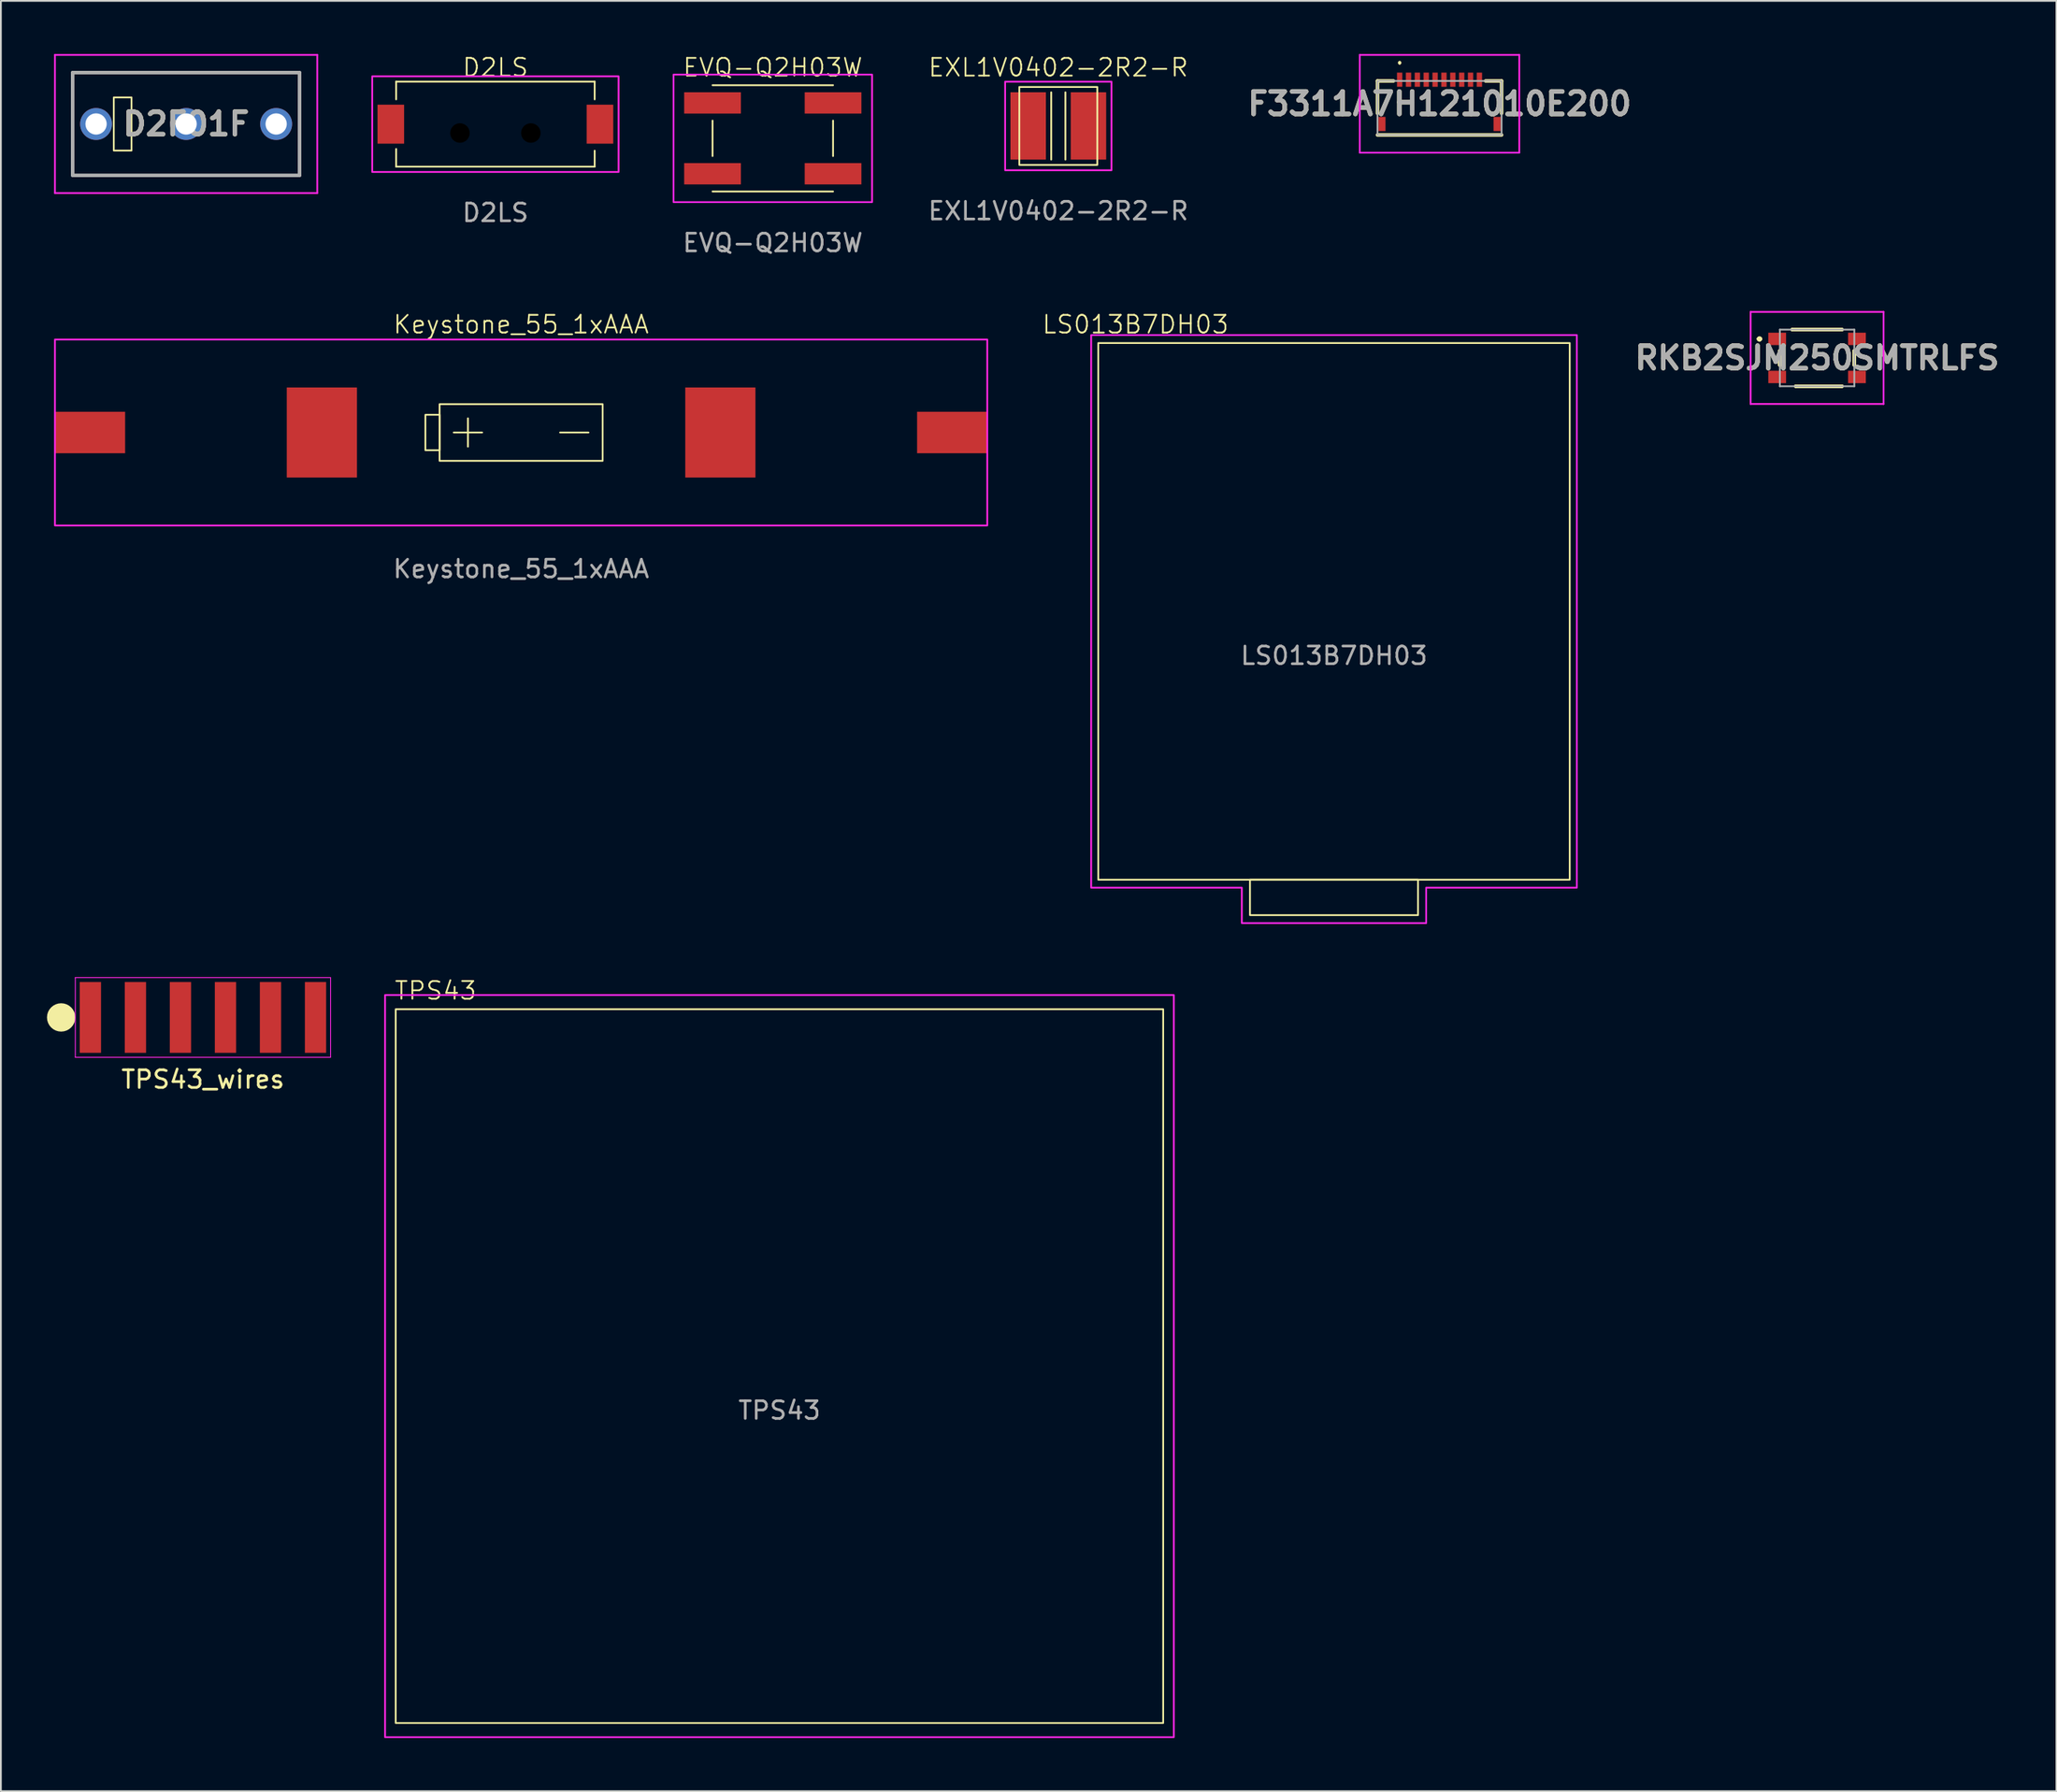
<source format=kicad_pcb>
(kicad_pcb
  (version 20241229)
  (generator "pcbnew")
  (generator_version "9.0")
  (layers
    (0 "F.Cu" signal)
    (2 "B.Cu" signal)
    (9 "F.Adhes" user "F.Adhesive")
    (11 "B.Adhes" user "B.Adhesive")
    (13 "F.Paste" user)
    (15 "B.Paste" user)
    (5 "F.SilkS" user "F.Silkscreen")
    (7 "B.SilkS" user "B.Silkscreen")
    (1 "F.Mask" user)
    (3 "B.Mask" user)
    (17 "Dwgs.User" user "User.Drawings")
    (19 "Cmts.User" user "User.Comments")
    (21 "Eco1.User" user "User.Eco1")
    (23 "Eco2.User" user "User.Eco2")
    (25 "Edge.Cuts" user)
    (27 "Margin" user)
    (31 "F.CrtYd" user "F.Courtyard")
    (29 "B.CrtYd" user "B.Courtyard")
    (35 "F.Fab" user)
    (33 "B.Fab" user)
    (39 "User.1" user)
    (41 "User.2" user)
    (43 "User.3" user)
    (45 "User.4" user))
  (footprint "RKB2SJM250SMTRLFS"
    (layer "F.Cu")
    (at 99.467 17.159)
    (property "Reference" "RKB2SJM250SMTRLFS" (at 0 0 0) (layer "F.SilkS") (effects (font (size 1.27 1.27) (thickness 0.254))))
    (attr smd)
    (fp_line (start -3.3 -1.075) (end -3.3 -1.075) (stroke (width 0.2) (type solid)) (layer "F.SilkS"))
    (fp_line (start -3.3 -1.075) (end -3.3 -1.075) (stroke (width 0.2) (type solid)) (layer "F.SilkS"))
    (fp_line (start -3.2 -1.075) (end -3.2 -1.075) (stroke (width 0.2) (type solid)) (layer "F.SilkS"))
    (fp_line (start -2.1 -0.4) (end -2.1 -0.4) (stroke (width 0.2) (type solid)) (layer "F.SilkS"))
    (fp_line (start -2.1 -0.4) (end -2.1 0.4) (stroke (width 0.2) (type solid)) (layer "F.SilkS"))
    (fp_line (start -2.1 0.4) (end -2.1 -0.4) (stroke (width 0.2) (type solid)) (layer "F.SilkS"))
    (fp_line (start -2.1 0.4) (end -2.1 0.4) (stroke (width 0.2) (type solid)) (layer "F.SilkS"))
    (fp_line (start -1.4 -1.6) (end -1.4 -1.6) (stroke (width 0.2) (type solid)) (layer "F.SilkS"))
    (fp_line (start -1.4 -1.6) (end 1.4 -1.6) (stroke (width 0.2) (type solid)) (layer "F.SilkS"))
    (fp_line (start -1.2 1.6) (end -1.2 1.6) (stroke (width 0.2) (type solid)) (layer "F.SilkS"))
    (fp_line (start -1.2 1.6) (end 1.4 1.6) (stroke (width 0.2) (type solid)) (layer "F.SilkS"))
    (fp_line (start 1.4 -1.6) (end -1.4 -1.6) (stroke (width 0.2) (type solid)) (layer "F.SilkS"))
    (fp_line (start 1.4 -1.6) (end 1.4 -1.6) (stroke (width 0.2) (type solid)) (layer "F.SilkS"))
    (fp_line (start 1.4 1.6) (end -1.2 1.6) (stroke (width 0.2) (type solid)) (layer "F.SilkS"))
    (fp_line (start 1.4 1.6) (end 1.4 1.6) (stroke (width 0.2) (type solid)) (layer "F.SilkS"))
    (fp_line (start 2.1 -0.4) (end 2.1 -0.4) (stroke (width 0.2) (type solid)) (layer "F.SilkS"))
    (fp_line (start 2.1 -0.4) (end 2.1 0.4) (stroke (width 0.2) (type solid)) (layer "F.SilkS"))
    (fp_line (start 2.1 0.4) (end 2.1 -0.4) (stroke (width 0.2) (type solid)) (layer "F.SilkS"))
    (fp_line (start 2.1 0.4) (end 2.1 0.4) (stroke (width 0.2) (type solid)) (layer "F.SilkS"))
    (fp_arc (start -3.3 -1.075) (mid -3.25 -1.125) (end -3.2 -1.075) (stroke (width 0.2) (type solid)) (layer "F.SilkS"))
    (fp_arc (start -3.2 -1.075) (mid -3.25 -1.025) (end -3.3 -1.075) (stroke (width 0.2) (type solid)) (layer "F.SilkS"))
    (fp_arc (start -3.2 -1.075) (mid -3.25 -1.025) (end -3.3 -1.075) (stroke (width 0.2) (type solid)) (layer "F.SilkS"))
    (fp_line (start -3.75 -2.6) (end 3.75 -2.6) (stroke (width 0.1) (type solid)) (layer "F.CrtYd"))
    (fp_line (start -3.75 2.6) (end -3.75 -2.6) (stroke (width 0.1) (type solid)) (layer "F.CrtYd"))
    (fp_line (start 3.75 -2.6) (end 3.75 2.6) (stroke (width 0.1) (type solid)) (layer "F.CrtYd"))
    (fp_line (start 3.75 2.6) (end -3.75 2.6) (stroke (width 0.1) (type solid)) (layer "F.CrtYd"))
    (fp_line (start -2.1 -1.6) (end -2.1 1.6) (stroke (width 0.1) (type solid)) (layer "F.Fab"))
    (fp_line (start -2.1 1.6) (end 2.1 1.6) (stroke (width 0.1) (type solid)) (layer "F.Fab"))
    (fp_line (start 2.1 -1.6) (end -2.1 -1.6) (stroke (width 0.1) (type solid)) (layer "F.Fab"))
    (fp_line (start 2.1 1.6) (end 2.1 -1.6) (stroke (width 0.1) (type solid)) (layer "F.Fab"))
    (fp_text user "${REFERENCE}" (at 0 0 0) (layer "F.Fab") (effects (font (size 1.27 1.27) (thickness 0.254))))
    (pad "1" smd rect (at -2.25 -1.075 90) (size 0.7 1) (layers "F.Cu" "F.Mask" "F.Paste"))
    (pad "1" smd rect (at 2.25 -1.075 90) (size 0.7 1) (layers "F.Cu" "F.Mask" "F.Paste"))
    (pad "2" smd rect (at -2.25 1.075 90) (size 0.7 1) (layers "F.Cu" "F.Mask" "F.Paste"))
    (pad "2" smd rect (at 2.25 1.075 90) (size 0.7 1) (layers "F.Cu" "F.Mask" "F.Paste")))
  (footprint "D2LS"
    (layer "F.Cu")
    (at 24.9 4.46)
    (property "Reference" "D2LS" (at 0 -3.7 0) (unlocked yes) (layer "F.SilkS") (effects (font (size 1 1) (thickness 0.1))))
    (attr smd)
    (fp_line (start -5.6 -2.9) (end -5.6 -1.9) (stroke (width 0.1) (type default)) (layer "F.SilkS"))
    (fp_line (start -5.6 -2.9) (end 5.6 -2.9) (stroke (width 0.1) (type default)) (layer "F.SilkS"))
    (fp_line (start -5.6 1.9) (end -5.6 0.9) (stroke (width 0.1) (type default)) (layer "F.SilkS"))
    (fp_line (start 5.6 -2.9) (end 5.6 -1.9) (stroke (width 0.1) (type default)) (layer "F.SilkS"))
    (fp_line (start 5.6 1.9) (end -5.6 1.9) (stroke (width 0.1) (type default)) (layer "F.SilkS"))
    (fp_line (start 5.6 1.9) (end 5.6 1) (stroke (width 0.1) (type default)) (layer "F.SilkS"))
    (fp_rect (start -6.95 -3.2) (end 6.95 2.2) (stroke (width 0.1) (type default)) (fill no) (layer "F.CrtYd"))
    (fp_text user "${REFERENCE}" (at 0 4.5 0) (unlocked yes) (layer "F.Fab") (effects (font (size 1 1) (thickness 0.15))))
    (pad "" np_thru_hole circle (at -2 0) (size 1.1 1.1) (drill 1.1) (layers "*.Mask"))
    (pad "" np_thru_hole circle (at 2 0) (size 1.1 1.1) (drill 1.1) (layers "*.Mask"))
    (pad "1" smd rect (at -5.9 -0.5) (size 1.5 2.2) (layers "F.Cu" "F.Mask" "F.Paste"))
    (pad "2" smd rect (at 5.9 -0.5) (size 1.5 2.2) (layers "F.Cu" "F.Mask" "F.Paste")))
  (footprint "LS013B7DH03"
    (layer "F.Cu")
    (at 72.212 31.469)
    (property "Reference" "LS013B7DH03" (at -11.2 -16.2 0) (unlocked yes) (layer "F.SilkS") (effects (font (size 1 1) (thickness 0.1))))
    (attr smd)
    (fp_rect (start -13.3 -15.15) (end 13.3 15.15) (stroke (width 0.1) (type default)) (fill no) (layer "F.SilkS"))
    (fp_rect (start -4.74 15.15) (end 4.74 17.15) (stroke (width 0.1) (type default)) (fill no) (layer "F.SilkS"))
    (fp_poly (pts (xy -13.7 -15.6) (xy -13.7 15.6) (xy -5.2 15.6) (xy -5.2 17.6) (xy 5.2 17.6) (xy 5.2 15.6) (xy 13.7 15.6) (xy 13.7 -15.6)) (stroke (width 0.1) (type solid)) (fill no) (layer "F.CrtYd"))
    (fp_text user "${REFERENCE}" (at 0 2.5 0) (unlocked yes) (layer "F.Fab") (effects (font (size 1 1) (thickness 0.15)))))
  (footprint "Keystone_55_1xAAA"
    (layer "F.Cu")
    (at 26.35 21.369)
    (property "Reference" "Keystone_55_1xAAA" (at 0 -6.1 0) (unlocked yes) (layer "F.SilkS") (effects (font (size 1 1) (thickness 0.1))))
    (attr smd)
    (fp_line (start -3.8 0) (end -2.2 0) (stroke (width 0.1) (type default)) (layer "F.SilkS"))
    (fp_line (start -3 -0.8) (end -3 0.8) (stroke (width 0.1) (type default)) (layer "F.SilkS"))
    (fp_line (start 3.8 0) (end 2.2 0) (stroke (width 0.1) (type default)) (layer "F.SilkS"))
    (fp_rect (start -5.4 -1) (end -4.6 1) (stroke (width 0.1) (type default)) (fill no) (layer "F.SilkS"))
    (fp_rect (start -4.6 -1.6) (end 4.6 1.6) (stroke (width 0.1) (type default)) (fill no) (layer "F.SilkS"))
    (fp_rect (start -26.3 -5.25) (end 26.3 5.25) (stroke (width 0.1) (type default)) (fill no) (layer "F.CrtYd"))
    (fp_text user "${REFERENCE}" (at 0 7.7 0) (unlocked yes) (layer "F.Fab") (effects (font (size 1 1) (thickness 0.15))))
    (pad "1" smd rect (at -24.32 0) (size 3.96 2.34) (layers "F.Cu" "F.Mask" "F.Paste"))
    (pad "1" smd rect (at -11.24 0) (size 3.96 5.08) (layers "F.Cu" "F.Mask" "F.Paste"))
    (pad "2" smd rect (at 11.24 0) (size 3.96 5.08) (layers "F.Cu" "F.Mask" "F.Paste"))
    (pad "2" smd rect (at 24.32 0) (size 3.96 2.34) (layers "F.Cu" "F.Mask" "F.Paste")))
  (footprint "TPS43_wires"
    (layer "F.Cu")
    (at 8.4 54.394)
    (property "Reference" "TPS43_wires" (at 0 3.5 0) (layer "F.SilkS") (effects (font (size 1 1) (thickness 0.15))))
    (attr smd)
    (fp_circle (center -8 0) (end -8 0) (stroke (width 0.8) (type default)) (fill no) (layer "F.SilkS"))
    (fp_line (start -7.2 -2.25) (end 7.2 -2.25) (stroke (width 0.05) (type default)) (layer "F.CrtYd"))
    (fp_line (start -7.2 2.25) (end -7.2 -2.25) (stroke (width 0.05) (type default)) (layer "F.CrtYd"))
    (fp_line (start 7.2 -2.25) (end 7.2 2.25) (stroke (width 0.05) (type default)) (layer "F.CrtYd"))
    (fp_line (start 7.2 2.25) (end -7.2 2.25) (stroke (width 0.05) (type default)) (layer "F.CrtYd"))
    (pad "1" smd rect (at -6.35 0) (size 1.2 4) (layers "F.Cu" "F.Mask" "F.Paste"))
    (pad "2" smd rect (at -3.81 0) (size 1.2 4) (layers "F.Cu" "F.Mask" "F.Paste"))
    (pad "3" smd rect (at -1.27 0) (size 1.2 4) (layers "F.Cu" "F.Mask" "F.Paste"))
    (pad "4" smd rect (at 1.27 0) (size 1.2 4) (layers "F.Cu" "F.Mask" "F.Paste"))
    (pad "5" smd rect (at 3.81 0) (size 1.2 4) (layers "F.Cu" "F.Mask" "F.Paste"))
    (pad "6" smd rect (at 6.35 0) (size 1.2 4) (layers "F.Cu" "F.Mask" "F.Paste")))
  (footprint "D2F01F"
    (layer "F.Cu")
    (at 2.37 3.95)
    (property "Reference" "D2F01F" (at 5.08 0 0) (layer "F.SilkS") (effects (font (size 1.27 1.27) (thickness 0.254))))
    (attr through_hole)
    (fp_line (start -1.32 -2.9) (end 11.48 -2.9) (stroke (width 0.1) (type solid)) (layer "F.SilkS"))
    (fp_line (start -1.32 2.9) (end -1.32 -2.9) (stroke (width 0.1) (type solid)) (layer "F.SilkS"))
    (fp_line (start 11.48 -2.9) (end 11.48 2.9) (stroke (width 0.1) (type solid)) (layer "F.SilkS"))
    (fp_line (start 11.48 2.9) (end -1.32 2.9) (stroke (width 0.1) (type solid)) (layer "F.SilkS"))
    (fp_rect (start 1 -1.5) (end 2 1.5) (stroke (width 0.1) (type default)) (fill no) (layer "F.SilkS"))
    (fp_line (start -2.32 -3.9) (end 12.48 -3.9) (stroke (width 0.1) (type solid)) (layer "F.CrtYd"))
    (fp_line (start -2.32 3.9) (end -2.32 -3.9) (stroke (width 0.1) (type solid)) (layer "F.CrtYd"))
    (fp_line (start 12.48 -3.9) (end 12.48 3.9) (stroke (width 0.1) (type solid)) (layer "F.CrtYd"))
    (fp_line (start 12.48 3.9) (end -2.32 3.9) (stroke (width 0.1) (type solid)) (layer "F.CrtYd"))
    (fp_line (start -1.32 -2.9) (end 11.48 -2.9) (stroke (width 0.2) (type solid)) (layer "F.Fab"))
    (fp_line (start -1.32 2.9) (end -1.32 -2.9) (stroke (width 0.2) (type solid)) (layer "F.Fab"))
    (fp_line (start 11.48 -2.9) (end 11.48 2.9) (stroke (width 0.2) (type solid)) (layer "F.Fab"))
    (fp_line (start 11.48 2.9) (end -1.32 2.9) (stroke (width 0.2) (type solid)) (layer "F.Fab"))
    (fp_text user "${REFERENCE}" (at 5.08 0 0) (layer "F.Fab") (effects (font (size 1.27 1.27) (thickness 0.254))))
    (pad "1" thru_hole circle (at 0 0) (size 1.8 1.8) (drill 1.2) (layers "*.Cu" "*.Mask"))
    (pad "2" thru_hole circle (at 5.08 0) (size 1.8 1.8) (drill 1.2) (layers "*.Cu" "*.Mask"))
    (pad "3" thru_hole circle (at 10.16 0) (size 1.8 1.8) (drill 1.2) (layers "*.Cu" "*.Mask")))
  (footprint "EVQ-Q2H03W"
    (layer "F.Cu")
    (at 40.55 4.761)
    (property "Reference" "EVQ-Q2H03W" (at 0 -4 0) (unlocked yes) (layer "F.SilkS") (effects (font (size 1 1) (thickness 0.1))))
    (attr smd)
    (fp_line (start -3.4 -3) (end 3.4 -3) (stroke (width 0.1) (type default)) (layer "F.SilkS"))
    (fp_line (start -3.4 -1) (end -3.4 1) (stroke (width 0.1) (type default)) (layer "F.SilkS"))
    (fp_line (start -3.4 3) (end 3.4 3) (stroke (width 0.1) (type default)) (layer "F.SilkS"))
    (fp_line (start 3.4 1) (end 3.4 -1) (stroke (width 0.1) (type default)) (layer "F.SilkS"))
    (fp_rect (start -5.6 -3.6) (end 5.6 3.6) (stroke (width 0.1) (type default)) (fill no) (layer "F.CrtYd"))
    (fp_text user "${REFERENCE}" (at 0 5.9 0) (unlocked yes) (layer "F.Fab") (effects (font (size 1 1) (thickness 0.15))))
    (pad "1" smd rect (at -3.4 -2) (size 3.2 1.2) (layers "F.Cu" "F.Mask" "F.Paste"))
    (pad "1" smd rect (at 3.4 -2) (size 3.2 1.2) (layers "F.Cu" "F.Mask" "F.Paste"))
    (pad "2" smd rect (at -3.4 2) (size 3.2 1.2) (layers "F.Cu" "F.Mask" "F.Paste"))
    (pad "2" smd rect (at 3.4 2) (size 3.2 1.2) (layers "F.Cu" "F.Mask" "F.Paste")))
  (footprint "TPS43"
    (layer "F.Cu")
    (at 40.925 74.08)
    (property "Reference" "TPS43" (at -19.4 -21.2 0) (unlocked yes) (layer "F.SilkS") (effects (font (size 1 1) (thickness 0.1))))
    (attr smd)
    (fp_rect (start -21.65 -20.15) (end 21.65 20.15) (stroke (width 0.1) (type default)) (fill no) (layer "F.SilkS"))
    (fp_rect (start -22.25 -20.95) (end 22.25 20.95) (stroke (width 0.1) (type default)) (fill no) (layer "F.CrtYd"))
    (fp_text user "${REFERENCE}" (at 0 2.5 0) (unlocked yes) (layer "F.Fab") (effects (font (size 1 1) (thickness 0.15)))))
  (footprint "F3311A7H121010E200"
    (layer "F.Cu")
    (at 78.166 3.045)
    (property "Reference" "F3311A7H121010E200" (at 0 -0.235 0) (layer "F.SilkS") (effects (font (size 1.27 1.27) (thickness 0.254))))
    (attr smd)
    (fp_line (start -3.5 -1.525) (end -2.6 -1.525) (stroke (width 0.2) (type solid)) (layer "F.SilkS"))
    (fp_line (start -3.5 0.3) (end -3.5 -1.525) (stroke (width 0.2) (type solid)) (layer "F.SilkS"))
    (fp_line (start -3.5 1.525) (end 3.5 1.525) (stroke (width 0.2) (type solid)) (layer "F.SilkS"))
    (fp_line (start -2.25 -2.6) (end -2.25 -2.6) (stroke (width 0.1) (type solid)) (layer "F.SilkS"))
    (fp_line (start -2.25 -2.5) (end -2.25 -2.5) (stroke (width 0.1) (type solid)) (layer "F.SilkS"))
    (fp_line (start 3.5 -1.525) (end 2.6 -1.525) (stroke (width 0.2) (type solid)) (layer "F.SilkS"))
    (fp_line (start 3.5 0.3) (end 3.5 -1.525) (stroke (width 0.2) (type solid)) (layer "F.SilkS"))
    (fp_arc (start -2.25 -2.6) (mid -2.2 -2.55) (end -2.25 -2.5) (stroke (width 0.1) (type solid)) (layer "F.SilkS"))
    (fp_arc (start -2.25 -2.5) (mid -2.3 -2.55) (end -2.25 -2.6) (stroke (width 0.1) (type solid)) (layer "F.SilkS"))
    (fp_line (start -4.5 -2.995) (end 4.5 -2.995) (stroke (width 0.1) (type solid)) (layer "F.CrtYd"))
    (fp_line (start -4.5 2.525) (end -4.5 -2.995) (stroke (width 0.1) (type solid)) (layer "F.CrtYd"))
    (fp_line (start 4.5 -2.995) (end 4.5 2.525) (stroke (width 0.1) (type solid)) (layer "F.CrtYd"))
    (fp_line (start 4.5 2.525) (end -4.5 2.525) (stroke (width 0.1) (type solid)) (layer "F.CrtYd"))
    (fp_line (start -3.5 -1.525) (end 3.5 -1.525) (stroke (width 0.1) (type solid)) (layer "F.Fab"))
    (fp_line (start -3.5 1.525) (end -3.5 -1.525) (stroke (width 0.1) (type solid)) (layer "F.Fab"))
    (fp_line (start 3.5 -1.525) (end 3.5 1.525) (stroke (width 0.1) (type solid)) (layer "F.Fab"))
    (fp_line (start 3.5 1.525) (end -3.5 1.525) (stroke (width 0.1) (type solid)) (layer "F.Fab"))
    (fp_text user "${REFERENCE}" (at 0 -0.235 0) (layer "F.Fab") (effects (font (size 1.27 1.27) (thickness 0.254))))
    (pad "1" smd rect (at -2.25 -1.595) (size 0.3 0.8) (layers "F.Cu" "F.Mask" "F.Paste"))
    (pad "2" smd rect (at -1.75 -1.595) (size 0.3 0.8) (layers "F.Cu" "F.Mask" "F.Paste"))
    (pad "3" smd rect (at -1.25 -1.595) (size 0.3 0.8) (layers "F.Cu" "F.Mask" "F.Paste"))
    (pad "4" smd rect (at -0.75 -1.595) (size 0.3 0.8) (layers "F.Cu" "F.Mask" "F.Paste"))
    (pad "5" smd rect (at -0.25 -1.595) (size 0.3 0.8) (layers "F.Cu" "F.Mask" "F.Paste"))
    (pad "6" smd rect (at 0.25 -1.595) (size 0.3 0.8) (layers "F.Cu" "F.Mask" "F.Paste"))
    (pad "7" smd rect (at 0.75 -1.595) (size 0.3 0.8) (layers "F.Cu" "F.Mask" "F.Paste"))
    (pad "8" smd rect (at 1.25 -1.595) (size 0.3 0.8) (layers "F.Cu" "F.Mask" "F.Paste"))
    (pad "9" smd rect (at 1.75 -1.595) (size 0.3 0.8) (layers "F.Cu" "F.Mask" "F.Paste"))
    (pad "10" smd rect (at 2.25 -1.595) (size 0.3 0.8) (layers "F.Cu" "F.Mask" "F.Paste"))
    (pad "MP1" smd rect (at -3.25 0.905) (size 0.4 0.8) (layers "F.Cu" "F.Mask" "F.Paste"))
    (pad "MP2" smd rect (at 3.25 0.905) (size 0.4 0.8) (layers "F.Cu" "F.Mask" "F.Paste")))
  (footprint "EXL1V0402-2R2-R"
    (layer "F.Cu")
    (at 56.658 4.061)
    (property "Reference" "EXL1V0402-2R2-R" (at 0 -3.3 0) (unlocked yes) (layer "F.SilkS") (effects (font (size 1 1) (thickness 0.1))))
    (attr smd)
    (fp_line (start -0.4 -1.9) (end -0.4 1.9) (stroke (width 0.1) (type default)) (layer "F.SilkS"))
    (fp_line (start 0.4 -1.9) (end 0.4 1.9) (stroke (width 0.1) (type default)) (layer "F.SilkS"))
    (fp_rect (start -2.2 2.2) (end 2.2 -2.2) (stroke (width 0.1) (type default)) (fill no) (layer "F.SilkS"))
    (fp_rect (start -3 -2.5) (end 3 2.5) (stroke (width 0.1) (type default)) (fill no) (layer "F.CrtYd"))
    (fp_text user "${REFERENCE}" (at 0 4.8 0) (unlocked yes) (layer "F.Fab") (effects (font (size 1 1) (thickness 0.15))))
    (pad "1" smd rect (at -1.7 0 90) (size 3.8 2) (layers "F.Cu" "F.Mask" "F.Paste"))
    (pad "2" smd rect (at 1.7 0 90) (size 3.8 2) (layers "F.Cu" "F.Mask" "F.Paste")))
  (gr_rect
    (start -3 -3)
    (end 112.971 98.08)
    (stroke (width 0.1) (type default))
    (fill no)
    (layer "Edge.Cuts")))
</source>
